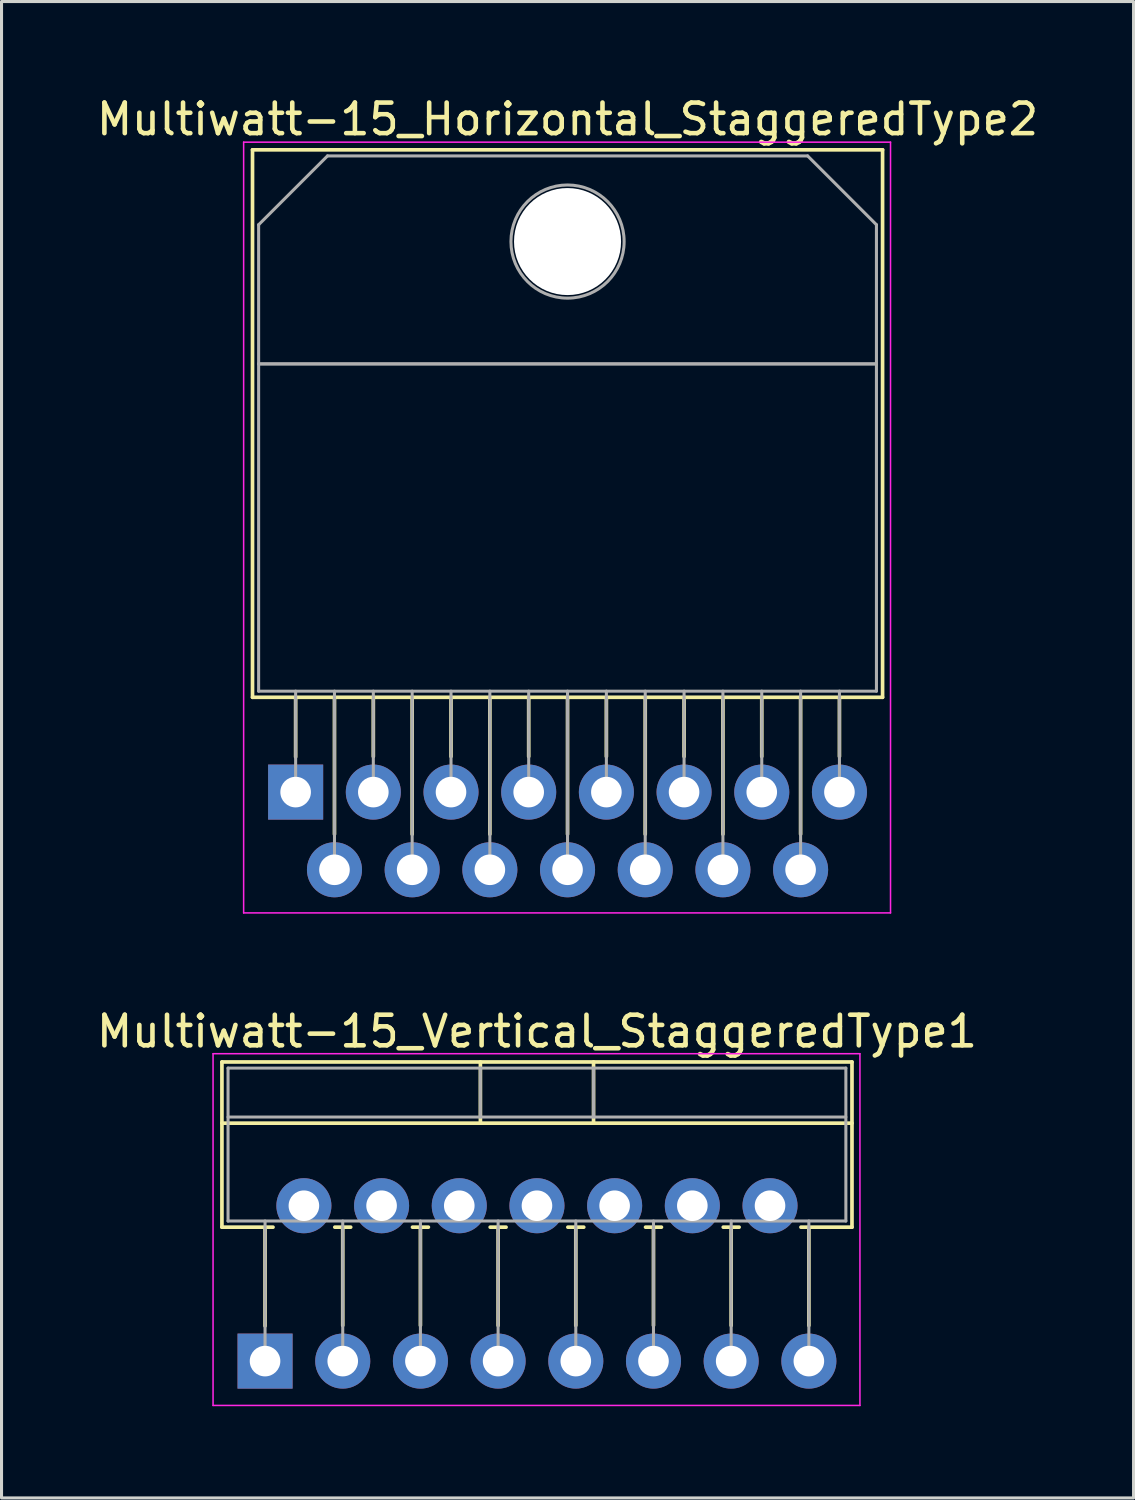
<source format=kicad_pcb>
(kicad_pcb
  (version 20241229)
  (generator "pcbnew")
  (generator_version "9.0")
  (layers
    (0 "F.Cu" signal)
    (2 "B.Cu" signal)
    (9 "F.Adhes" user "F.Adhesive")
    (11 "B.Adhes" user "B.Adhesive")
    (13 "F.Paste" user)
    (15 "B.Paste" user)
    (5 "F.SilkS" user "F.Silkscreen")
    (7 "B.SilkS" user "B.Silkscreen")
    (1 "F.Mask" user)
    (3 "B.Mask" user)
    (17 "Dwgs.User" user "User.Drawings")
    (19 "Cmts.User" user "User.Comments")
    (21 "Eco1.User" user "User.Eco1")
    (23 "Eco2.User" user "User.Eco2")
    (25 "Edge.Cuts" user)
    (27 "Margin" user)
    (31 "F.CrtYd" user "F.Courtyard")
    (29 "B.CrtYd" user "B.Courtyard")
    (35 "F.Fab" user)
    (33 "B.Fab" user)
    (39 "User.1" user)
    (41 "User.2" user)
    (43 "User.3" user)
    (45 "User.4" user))
  (footprint "Multiwatt-15_Vertical_StaggeredType1"
    (layer "F.Cu")
    (at 5.616 41.452)
    (property "Reference" "Multiwatt-15_Vertical_StaggeredType1" (at 8.89 -10.78 0) (layer "F.SilkS") (effects (font (size 1 1) (thickness 0.15))))
    (attr through_hole)
    (fp_line (start -1.41 -9.78) (end -1.41 -4.379) (stroke (width 0.12) (type solid)) (layer "F.SilkS"))
    (fp_line (start -1.41 -9.78) (end 19.19 -9.78) (stroke (width 0.12) (type solid)) (layer "F.SilkS"))
    (fp_line (start -1.41 -7.78) (end 19.19 -7.78) (stroke (width 0.12) (type solid)) (layer "F.SilkS"))
    (fp_line (start -1.41 -4.379) (end 0.26 -4.379) (stroke (width 0.12) (type solid)) (layer "F.SilkS"))
    (fp_line (start 0 -4.379) (end 0 -1.15) (stroke (width 0.12) (type solid)) (layer "F.SilkS"))
    (fp_line (start 2.281 -4.379) (end 2.8 -4.379) (stroke (width 0.12) (type solid)) (layer "F.SilkS"))
    (fp_line (start 2.54 -4.379) (end 2.54 -1.165) (stroke (width 0.12) (type solid)) (layer "F.SilkS"))
    (fp_line (start 4.821 -4.379) (end 5.34 -4.379) (stroke (width 0.12) (type solid)) (layer "F.SilkS"))
    (fp_line (start 5.08 -4.379) (end 5.08 -1.165) (stroke (width 0.12) (type solid)) (layer "F.SilkS"))
    (fp_line (start 7.041 -9.78) (end 7.041 -7.78) (stroke (width 0.12) (type solid)) (layer "F.SilkS"))
    (fp_line (start 7.361 -4.379) (end 7.88 -4.379) (stroke (width 0.12) (type solid)) (layer "F.SilkS"))
    (fp_line (start 7.62 -4.379) (end 7.62 -1.165) (stroke (width 0.12) (type solid)) (layer "F.SilkS"))
    (fp_line (start 9.901 -4.379) (end 10.42 -4.379) (stroke (width 0.12) (type solid)) (layer "F.SilkS"))
    (fp_line (start 10.16 -4.379) (end 10.16 -1.165) (stroke (width 0.12) (type solid)) (layer "F.SilkS"))
    (fp_line (start 10.74 -9.78) (end 10.74 -7.78) (stroke (width 0.12) (type solid)) (layer "F.SilkS"))
    (fp_line (start 12.441 -4.379) (end 12.96 -4.379) (stroke (width 0.12) (type solid)) (layer "F.SilkS"))
    (fp_line (start 12.7 -4.379) (end 12.7 -1.165) (stroke (width 0.12) (type solid)) (layer "F.SilkS"))
    (fp_line (start 14.981 -4.379) (end 15.5 -4.379) (stroke (width 0.12) (type solid)) (layer "F.SilkS"))
    (fp_line (start 15.24 -4.379) (end 15.24 -1.165) (stroke (width 0.12) (type solid)) (layer "F.SilkS"))
    (fp_line (start 17.521 -4.379) (end 19.19 -4.379) (stroke (width 0.12) (type solid)) (layer "F.SilkS"))
    (fp_line (start 17.78 -4.379) (end 17.78 -1.165) (stroke (width 0.12) (type solid)) (layer "F.SilkS"))
    (fp_line (start 19.19 -9.78) (end 19.19 -4.379) (stroke (width 0.12) (type solid)) (layer "F.SilkS"))
    (fp_line (start -1.7 -10.05) (end -1.7 1.45) (stroke (width 0.05) (type solid)) (layer "F.CrtYd"))
    (fp_line (start -1.7 1.45) (end 19.45 1.45) (stroke (width 0.05) (type solid)) (layer "F.CrtYd"))
    (fp_line (start 19.45 -10.05) (end -1.7 -10.05) (stroke (width 0.05) (type solid)) (layer "F.CrtYd"))
    (fp_line (start 19.45 1.45) (end 19.45 -10.05) (stroke (width 0.05) (type solid)) (layer "F.CrtYd"))
    (fp_line (start -1.21 -9.58) (end -1.21 -4.58) (stroke (width 0.1) (type solid)) (layer "F.Fab"))
    (fp_line (start -1.21 -7.98) (end 18.99 -7.98) (stroke (width 0.1) (type solid)) (layer "F.Fab"))
    (fp_line (start -1.21 -4.58) (end 18.99 -4.58) (stroke (width 0.1) (type solid)) (layer "F.Fab"))
    (fp_line (start 0 -4.58) (end 0 0) (stroke (width 0.1) (type solid)) (layer "F.Fab"))
    (fp_line (start 2.54 -4.58) (end 2.54 0) (stroke (width 0.1) (type solid)) (layer "F.Fab"))
    (fp_line (start 5.08 -4.58) (end 5.08 0) (stroke (width 0.1) (type solid)) (layer "F.Fab"))
    (fp_line (start 7.04 -9.58) (end 7.04 -7.98) (stroke (width 0.1) (type solid)) (layer "F.Fab"))
    (fp_line (start 7.62 -4.58) (end 7.62 0) (stroke (width 0.1) (type solid)) (layer "F.Fab"))
    (fp_line (start 10.16 -4.58) (end 10.16 0) (stroke (width 0.1) (type solid)) (layer "F.Fab"))
    (fp_line (start 10.74 -9.58) (end 10.74 -7.98) (stroke (width 0.1) (type solid)) (layer "F.Fab"))
    (fp_line (start 12.7 -4.58) (end 12.7 0) (stroke (width 0.1) (type solid)) (layer "F.Fab"))
    (fp_line (start 15.24 -4.58) (end 15.24 0) (stroke (width 0.1) (type solid)) (layer "F.Fab"))
    (fp_line (start 17.78 -4.58) (end 17.78 0) (stroke (width 0.1) (type solid)) (layer "F.Fab"))
    (fp_line (start 18.99 -9.58) (end -1.21 -9.58) (stroke (width 0.1) (type solid)) (layer "F.Fab"))
    (fp_line (start 18.99 -4.58) (end 18.99 -9.58) (stroke (width 0.1) (type solid)) (layer "F.Fab"))
    (pad "1" thru_hole rect (at 0 0) (size 1.8 1.8) (drill 1) (layers "*.Cu" "*.Mask"))
    (pad "2" thru_hole oval (at 1.27 -5.08) (size 1.8 1.8) (drill 1) (layers "*.Cu" "*.Mask"))
    (pad "3" thru_hole oval (at 2.54 0) (size 1.8 1.8) (drill 1) (layers "*.Cu" "*.Mask"))
    (pad "4" thru_hole oval (at 3.81 -5.08) (size 1.8 1.8) (drill 1) (layers "*.Cu" "*.Mask"))
    (pad "5" thru_hole oval (at 5.08 0) (size 1.8 1.8) (drill 1) (layers "*.Cu" "*.Mask"))
    (pad "6" thru_hole oval (at 6.35 -5.08) (size 1.8 1.8) (drill 1) (layers "*.Cu" "*.Mask"))
    (pad "7" thru_hole oval (at 7.62 0) (size 1.8 1.8) (drill 1) (layers "*.Cu" "*.Mask"))
    (pad "8" thru_hole oval (at 8.89 -5.08) (size 1.8 1.8) (drill 1) (layers "*.Cu" "*.Mask"))
    (pad "9" thru_hole oval (at 10.16 0) (size 1.8 1.8) (drill 1) (layers "*.Cu" "*.Mask"))
    (pad "10" thru_hole oval (at 11.43 -5.08) (size 1.8 1.8) (drill 1) (layers "*.Cu" "*.Mask"))
    (pad "11" thru_hole oval (at 12.7 0) (size 1.8 1.8) (drill 1) (layers "*.Cu" "*.Mask"))
    (pad "12" thru_hole oval (at 13.97 -5.08) (size 1.8 1.8) (drill 1) (layers "*.Cu" "*.Mask"))
    (pad "13" thru_hole oval (at 15.24 0) (size 1.8 1.8) (drill 1) (layers "*.Cu" "*.Mask"))
    (pad "14" thru_hole oval (at 16.51 -5.08) (size 1.8 1.8) (drill 1) (layers "*.Cu" "*.Mask"))
    (pad "15" thru_hole oval (at 17.78 0) (size 1.8 1.8) (drill 1) (layers "*.Cu" "*.Mask")))
  (footprint "Multiwatt-15_Horizontal_StaggeredType2"
    (layer "F.Cu")
    (at 6.616 22.848)
    (property "Reference" "Multiwatt-15_Horizontal_StaggeredType2" (at 8.89 -22 0) (layer "F.SilkS") (effects (font (size 1 1) (thickness 0.15))))
    (attr through_hole)
    (fp_line (start -1.41 -21) (end -1.41 -3.1) (stroke (width 0.12) (type solid)) (layer "F.SilkS"))
    (fp_line (start -1.41 -21) (end 19.19 -21) (stroke (width 0.12) (type solid)) (layer "F.SilkS"))
    (fp_line (start -1.41 -3.1) (end 19.19 -3.1) (stroke (width 0.12) (type solid)) (layer "F.SilkS"))
    (fp_line (start 0 -3.1) (end 0 -1.15) (stroke (width 0.12) (type solid)) (layer "F.SilkS"))
    (fp_line (start 1.27 -3.1) (end 1.27 1.376) (stroke (width 0.12) (type solid)) (layer "F.SilkS"))
    (fp_line (start 2.54 -3.1) (end 2.54 -1.165) (stroke (width 0.12) (type solid)) (layer "F.SilkS"))
    (fp_line (start 3.81 -3.1) (end 3.81 1.376) (stroke (width 0.12) (type solid)) (layer "F.SilkS"))
    (fp_line (start 5.08 -3.1) (end 5.08 -1.165) (stroke (width 0.12) (type solid)) (layer "F.SilkS"))
    (fp_line (start 6.35 -3.1) (end 6.35 1.376) (stroke (width 0.12) (type solid)) (layer "F.SilkS"))
    (fp_line (start 7.62 -3.1) (end 7.62 -1.165) (stroke (width 0.12) (type solid)) (layer "F.SilkS"))
    (fp_line (start 8.89 -3.1) (end 8.89 1.376) (stroke (width 0.12) (type solid)) (layer "F.SilkS"))
    (fp_line (start 10.16 -3.1) (end 10.16 -1.165) (stroke (width 0.12) (type solid)) (layer "F.SilkS"))
    (fp_line (start 11.43 -3.1) (end 11.43 1.376) (stroke (width 0.12) (type solid)) (layer "F.SilkS"))
    (fp_line (start 12.7 -3.1) (end 12.7 -1.165) (stroke (width 0.12) (type solid)) (layer "F.SilkS"))
    (fp_line (start 13.97 -3.1) (end 13.97 1.376) (stroke (width 0.12) (type solid)) (layer "F.SilkS"))
    (fp_line (start 15.24 -3.1) (end 15.24 -1.165) (stroke (width 0.12) (type solid)) (layer "F.SilkS"))
    (fp_line (start 16.51 -3.1) (end 16.51 1.376) (stroke (width 0.12) (type solid)) (layer "F.SilkS"))
    (fp_line (start 17.78 -3.1) (end 17.78 -1.165) (stroke (width 0.12) (type solid)) (layer "F.SilkS"))
    (fp_line (start 19.19 -21) (end 19.19 -3.1) (stroke (width 0.12) (type solid)) (layer "F.SilkS"))
    (fp_line (start -1.7 -21.25) (end -1.7 3.95) (stroke (width 0.05) (type solid)) (layer "F.CrtYd"))
    (fp_line (start -1.7 3.95) (end 19.45 3.95) (stroke (width 0.05) (type solid)) (layer "F.CrtYd"))
    (fp_line (start 19.45 -21.25) (end -1.7 -21.25) (stroke (width 0.05) (type solid)) (layer "F.CrtYd"))
    (fp_line (start 19.45 3.95) (end 19.45 -21.25) (stroke (width 0.05) (type solid)) (layer "F.CrtYd"))
    (fp_line (start -1.21 -18.55) (end 1.041 -20.8) (stroke (width 0.1) (type solid)) (layer "F.Fab"))
    (fp_line (start -1.21 -14) (end -1.21 -18.55) (stroke (width 0.1) (type solid)) (layer "F.Fab"))
    (fp_line (start -1.21 -14) (end 18.99 -14) (stroke (width 0.1) (type solid)) (layer "F.Fab"))
    (fp_line (start -1.21 -3.3) (end -1.21 -14) (stroke (width 0.1) (type solid)) (layer "F.Fab"))
    (fp_line (start 0 -3.3) (end 0 0) (stroke (width 0.1) (type solid)) (layer "F.Fab"))
    (fp_line (start 1.041 -20.8) (end 16.74 -20.8) (stroke (width 0.1) (type solid)) (layer "F.Fab"))
    (fp_line (start 1.27 -3.3) (end 1.27 2.54) (stroke (width 0.1) (type solid)) (layer "F.Fab"))
    (fp_line (start 2.54 -3.3) (end 2.54 0) (stroke (width 0.1) (type solid)) (layer "F.Fab"))
    (fp_line (start 3.81 -3.3) (end 3.81 2.54) (stroke (width 0.1) (type solid)) (layer "F.Fab"))
    (fp_line (start 5.08 -3.3) (end 5.08 0) (stroke (width 0.1) (type solid)) (layer "F.Fab"))
    (fp_line (start 6.35 -3.3) (end 6.35 2.54) (stroke (width 0.1) (type solid)) (layer "F.Fab"))
    (fp_line (start 7.62 -3.3) (end 7.62 0) (stroke (width 0.1) (type solid)) (layer "F.Fab"))
    (fp_line (start 8.89 -3.3) (end 8.89 2.54) (stroke (width 0.1) (type solid)) (layer "F.Fab"))
    (fp_line (start 10.16 -3.3) (end 10.16 0) (stroke (width 0.1) (type solid)) (layer "F.Fab"))
    (fp_line (start 11.43 -3.3) (end 11.43 2.54) (stroke (width 0.1) (type solid)) (layer "F.Fab"))
    (fp_line (start 12.7 -3.3) (end 12.7 0) (stroke (width 0.1) (type solid)) (layer "F.Fab"))
    (fp_line (start 13.97 -3.3) (end 13.97 2.54) (stroke (width 0.1) (type solid)) (layer "F.Fab"))
    (fp_line (start 15.24 -3.3) (end 15.24 0) (stroke (width 0.1) (type solid)) (layer "F.Fab"))
    (fp_line (start 16.51 -3.3) (end 16.51 2.54) (stroke (width 0.1) (type solid)) (layer "F.Fab"))
    (fp_line (start 16.74 -20.8) (end 18.99 -18.55) (stroke (width 0.1) (type solid)) (layer "F.Fab"))
    (fp_line (start 17.78 -3.3) (end 17.78 0) (stroke (width 0.1) (type solid)) (layer "F.Fab"))
    (fp_line (start 18.99 -18.55) (end 18.99 -14) (stroke (width 0.1) (type solid)) (layer "F.Fab"))
    (fp_line (start 18.99 -14) (end -1.21 -14) (stroke (width 0.1) (type solid)) (layer "F.Fab"))
    (fp_line (start 18.99 -14) (end 18.99 -3.3) (stroke (width 0.1) (type solid)) (layer "F.Fab"))
    (fp_line (start 18.99 -3.3) (end -1.21 -3.3) (stroke (width 0.1) (type solid)) (layer "F.Fab"))
    (fp_circle (center 8.89 -18) (end 10.74 -18) (stroke (width 0.1) (type solid)) (fill no) (layer "F.Fab"))
    (pad "" np_thru_hole oval (at 8.89 -18) (size 3.5 3.5) (drill 3.5) (layers "*.Cu" "*.Mask"))
    (pad "1" thru_hole rect (at 0 0) (size 1.8 1.8) (drill 1) (layers "*.Cu" "*.Mask"))
    (pad "2" thru_hole oval (at 1.27 2.54) (size 1.8 1.8) (drill 1) (layers "*.Cu" "*.Mask"))
    (pad "3" thru_hole oval (at 2.54 0) (size 1.8 1.8) (drill 1) (layers "*.Cu" "*.Mask"))
    (pad "4" thru_hole oval (at 3.81 2.54) (size 1.8 1.8) (drill 1) (layers "*.Cu" "*.Mask"))
    (pad "5" thru_hole oval (at 5.08 0) (size 1.8 1.8) (drill 1) (layers "*.Cu" "*.Mask"))
    (pad "6" thru_hole oval (at 6.35 2.54) (size 1.8 1.8) (drill 1) (layers "*.Cu" "*.Mask"))
    (pad "7" thru_hole oval (at 7.62 0) (size 1.8 1.8) (drill 1) (layers "*.Cu" "*.Mask"))
    (pad "8" thru_hole oval (at 8.89 2.54) (size 1.8 1.8) (drill 1) (layers "*.Cu" "*.Mask"))
    (pad "9" thru_hole oval (at 10.16 0) (size 1.8 1.8) (drill 1) (layers "*.Cu" "*.Mask"))
    (pad "10" thru_hole oval (at 11.43 2.54) (size 1.8 1.8) (drill 1) (layers "*.Cu" "*.Mask"))
    (pad "11" thru_hole oval (at 12.7 0) (size 1.8 1.8) (drill 1) (layers "*.Cu" "*.Mask"))
    (pad "12" thru_hole oval (at 13.97 2.54) (size 1.8 1.8) (drill 1) (layers "*.Cu" "*.Mask"))
    (pad "13" thru_hole oval (at 15.24 0) (size 1.8 1.8) (drill 1) (layers "*.Cu" "*.Mask"))
    (pad "14" thru_hole oval (at 16.51 2.54) (size 1.8 1.8) (drill 1) (layers "*.Cu" "*.Mask"))
    (pad "15" thru_hole oval (at 17.78 0) (size 1.8 1.8) (drill 1) (layers "*.Cu" "*.Mask")))
  (gr_rect
    (start -3 -3)
    (end 34.012 45.926)
    (stroke (width 0.1) (type default))
    (fill no)
    (layer "Edge.Cuts")))
</source>
